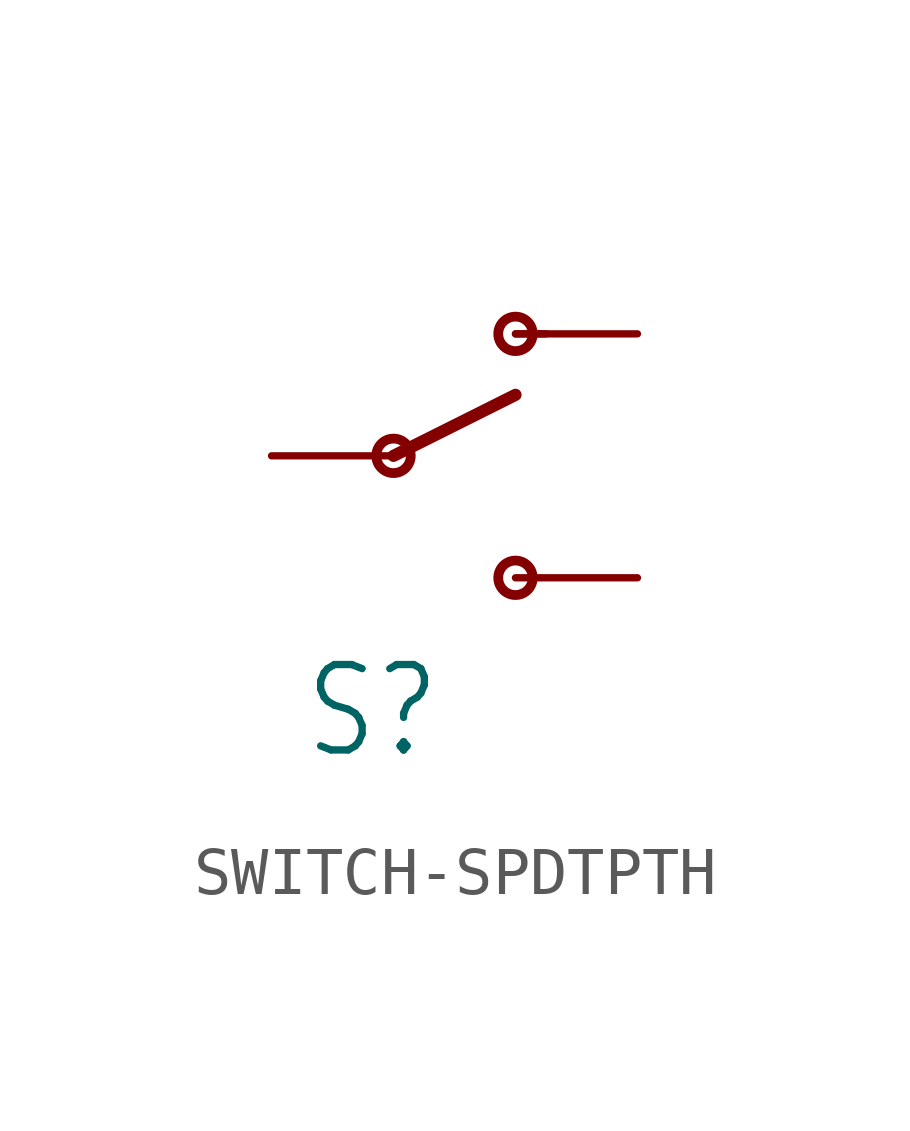
<source format=kicad_sym>
(kicad_symbol_lib
  (version 20220914)
  (generator kicad_symbol_editor)
  (symbol "SWITCH-SPDTPTH"
    (property "Reference" "S"
      (at -1.905 -6.35 0)
      (effects (font (size 1.778 1.511)) (justify left bottom)))
    (property "Value" ""
      (at -2.54 3.81 0)
      (effects (font (size 1.778 1.511)) (justify left bottom)))
    (property "ki_locked" ""
      (at 0 0 0)
      (effects (font (size 1.27 1.27))))
    (symbol "SWITCH-SPDTPTH_1_0"
      (polyline (pts (xy 0 0) (xy 2.54 1.27)) (stroke (width 0.254) (type solid)) (fill (type none)))
      (polyline (pts (xy 2.54 -2.54) (xy 3.175 -2.54)) (stroke (width 0.127) (type solid)) (fill (type none)))
      (polyline (pts (xy 2.54 2.54) (xy 3.175 2.54)) (stroke (width 0.152) (type solid)) (fill (type none)))
      (circle (center 0 0) (radius 0.359) (stroke (width 0.203) (type solid)) (fill (type none)))
      (circle (center 2.54 -2.54) (radius 0.359) (stroke (width 0.203) (type solid)) (fill (type none)))
      (circle (center 2.54 2.54) (radius 0.359) (stroke (width 0.203) (type solid)) (fill (type none)))
      (pin passive line (at 5.08 2.54 180) (length 2.54) (name "O" (effects (font (size 0 0)))) (number "1" (effects (font (size 0 0)))))
      (pin passive line (at -2.54 0 0) (length 2.54) (name "P" (effects (font (size 0 0)))) (number "2" (effects (font (size 0 0)))))
      (pin passive line (at 5.08 -2.54 180) (length 2.54) (name "S" (effects (font (size 0 0)))) (number "3" (effects (font (size 0 0))))))))
</source>
